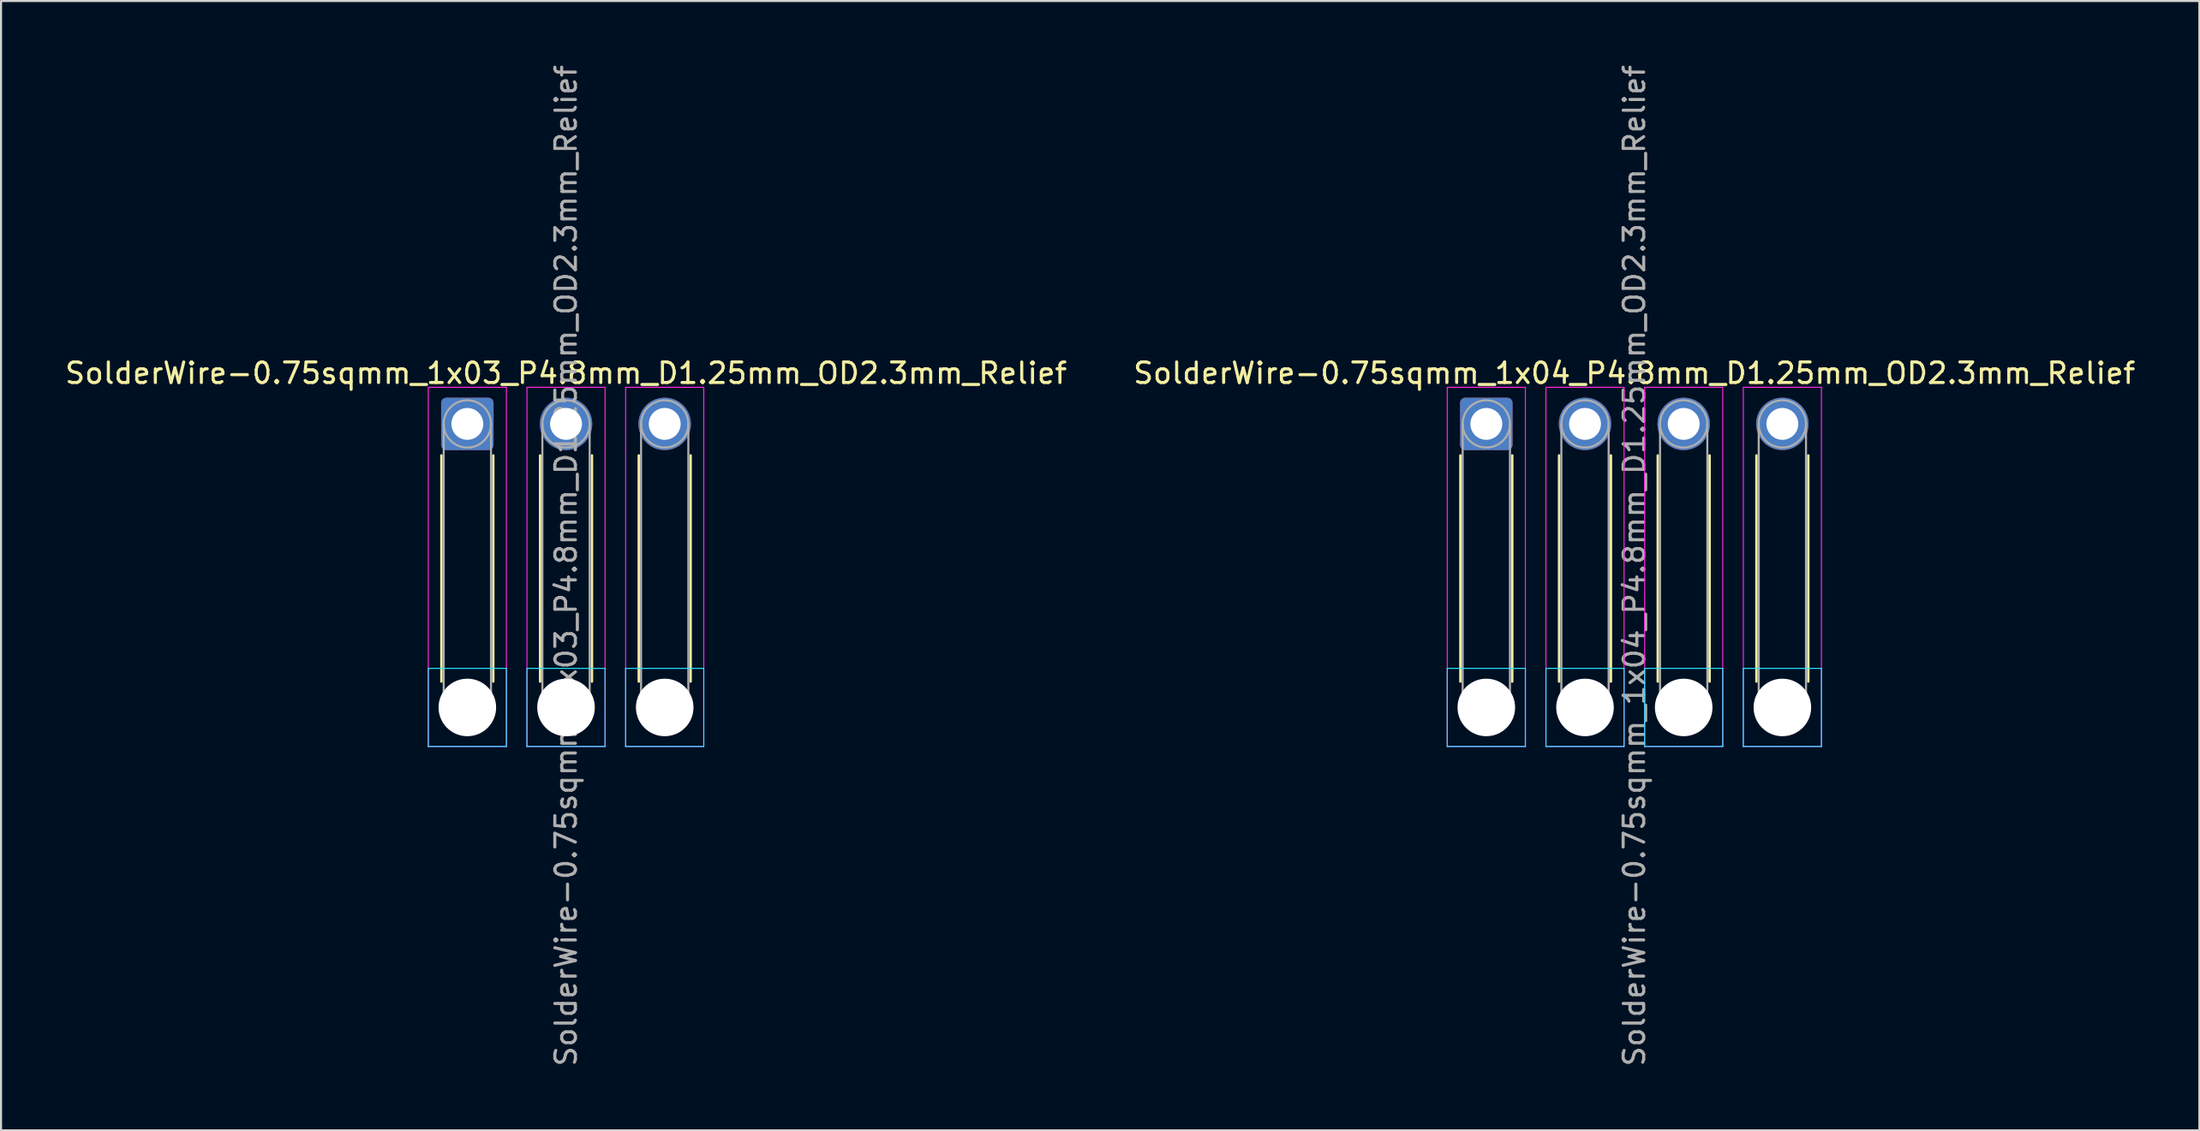
<source format=kicad_pcb>
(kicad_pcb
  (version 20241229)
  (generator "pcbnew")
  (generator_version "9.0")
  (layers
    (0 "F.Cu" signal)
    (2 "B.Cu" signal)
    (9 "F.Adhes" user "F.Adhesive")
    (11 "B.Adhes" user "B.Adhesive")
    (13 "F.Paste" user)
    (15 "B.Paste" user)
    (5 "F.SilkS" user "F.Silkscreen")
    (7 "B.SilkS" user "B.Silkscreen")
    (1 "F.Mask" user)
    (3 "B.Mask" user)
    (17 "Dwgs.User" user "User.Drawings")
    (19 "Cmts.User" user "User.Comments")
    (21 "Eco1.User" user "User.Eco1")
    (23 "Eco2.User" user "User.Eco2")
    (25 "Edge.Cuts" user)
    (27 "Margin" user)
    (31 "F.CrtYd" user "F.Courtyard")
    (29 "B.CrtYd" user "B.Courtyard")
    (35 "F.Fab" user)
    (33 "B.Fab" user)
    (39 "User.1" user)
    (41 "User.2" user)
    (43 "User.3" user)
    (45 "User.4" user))
  (footprint "SolderWire-0.75sqmm_1x03_P4.8mm_D1.25mm_OD2.3mm_Relief"
    (layer "F.Cu")
    (at 19.682 17.582)
    (property "Reference" "SolderWire-0.75sqmm_1x03_P4.8mm_D1.25mm_OD2.3mm_Relief" (at 4.8 -2.47 0) (layer "F.SilkS") (effects (font (size 1 1) (thickness 0.15))))
    (attr exclude_from_pos_files exclude_from_bom)
    (fp_line (start -1.26 1.535) (end -1.26 12.54) (stroke (width 0.12) (type solid)) (layer "F.SilkS"))
    (fp_line (start 1.26 1.535) (end 1.26 12.54) (stroke (width 0.12) (type solid)) (layer "F.SilkS"))
    (fp_line (start 3.54 1.535) (end 3.54 12.54) (stroke (width 0.12) (type solid)) (layer "F.SilkS"))
    (fp_line (start 6.06 1.535) (end 6.06 12.54) (stroke (width 0.12) (type solid)) (layer "F.SilkS"))
    (fp_line (start 8.34 1.535) (end 8.34 12.54) (stroke (width 0.12) (type solid)) (layer "F.SilkS"))
    (fp_line (start 10.86 1.535) (end 10.86 12.54) (stroke (width 0.12) (type solid)) (layer "F.SilkS"))
    (fp_line (start -1.9 11.9) (end -1.9 15.7) (stroke (width 0.05) (type solid)) (layer "B.CrtYd"))
    (fp_line (start -1.9 15.7) (end 1.9 15.7) (stroke (width 0.05) (type solid)) (layer "B.CrtYd"))
    (fp_line (start 1.9 11.9) (end -1.9 11.9) (stroke (width 0.05) (type solid)) (layer "B.CrtYd"))
    (fp_line (start 1.9 15.7) (end 1.9 11.9) (stroke (width 0.05) (type solid)) (layer "B.CrtYd"))
    (fp_line (start 2.9 11.9) (end 2.9 15.7) (stroke (width 0.05) (type solid)) (layer "B.CrtYd"))
    (fp_line (start 2.9 15.7) (end 6.7 15.7) (stroke (width 0.05) (type solid)) (layer "B.CrtYd"))
    (fp_line (start 6.7 11.9) (end 2.9 11.9) (stroke (width 0.05) (type solid)) (layer "B.CrtYd"))
    (fp_line (start 6.7 15.7) (end 6.7 11.9) (stroke (width 0.05) (type solid)) (layer "B.CrtYd"))
    (fp_line (start 7.7 11.9) (end 7.7 15.7) (stroke (width 0.05) (type solid)) (layer "B.CrtYd"))
    (fp_line (start 7.7 15.7) (end 11.5 15.7) (stroke (width 0.05) (type solid)) (layer "B.CrtYd"))
    (fp_line (start 11.5 11.9) (end 7.7 11.9) (stroke (width 0.05) (type solid)) (layer "B.CrtYd"))
    (fp_line (start 11.5 15.7) (end 11.5 11.9) (stroke (width 0.05) (type solid)) (layer "B.CrtYd"))
    (fp_line (start -1.9 -1.78) (end -1.9 15.7) (stroke (width 0.05) (type solid)) (layer "F.CrtYd"))
    (fp_line (start -1.9 15.7) (end 1.9 15.7) (stroke (width 0.05) (type solid)) (layer "F.CrtYd"))
    (fp_line (start 1.9 -1.78) (end -1.9 -1.78) (stroke (width 0.05) (type solid)) (layer "F.CrtYd"))
    (fp_line (start 1.9 15.7) (end 1.9 -1.78) (stroke (width 0.05) (type solid)) (layer "F.CrtYd"))
    (fp_line (start 2.9 -1.78) (end 2.9 15.7) (stroke (width 0.05) (type solid)) (layer "F.CrtYd"))
    (fp_line (start 2.9 15.7) (end 6.7 15.7) (stroke (width 0.05) (type solid)) (layer "F.CrtYd"))
    (fp_line (start 6.7 -1.78) (end 2.9 -1.78) (stroke (width 0.05) (type solid)) (layer "F.CrtYd"))
    (fp_line (start 6.7 15.7) (end 6.7 -1.78) (stroke (width 0.05) (type solid)) (layer "F.CrtYd"))
    (fp_line (start 7.7 -1.78) (end 7.7 15.7) (stroke (width 0.05) (type solid)) (layer "F.CrtYd"))
    (fp_line (start 7.7 15.7) (end 11.5 15.7) (stroke (width 0.05) (type solid)) (layer "F.CrtYd"))
    (fp_line (start 11.5 -1.78) (end 7.7 -1.78) (stroke (width 0.05) (type solid)) (layer "F.CrtYd"))
    (fp_line (start 11.5 15.7) (end 11.5 -1.78) (stroke (width 0.05) (type solid)) (layer "F.CrtYd"))
    (fp_line (start -1.15 0) (end -1.15 13.8) (stroke (width 0.1) (type solid)) (layer "F.Fab"))
    (fp_line (start 1.15 0) (end 1.15 13.8) (stroke (width 0.1) (type solid)) (layer "F.Fab"))
    (fp_line (start 3.65 0) (end 3.65 13.8) (stroke (width 0.1) (type solid)) (layer "F.Fab"))
    (fp_line (start 5.95 0) (end 5.95 13.8) (stroke (width 0.1) (type solid)) (layer "F.Fab"))
    (fp_line (start 8.45 0) (end 8.45 13.8) (stroke (width 0.1) (type solid)) (layer "F.Fab"))
    (fp_line (start 10.75 0) (end 10.75 13.8) (stroke (width 0.1) (type solid)) (layer "F.Fab"))
    (fp_circle (center 0 0) (end 1.15 0) (stroke (width 0.1) (type solid)) (fill no) (layer "F.Fab"))
    (fp_circle (center 0 13.8) (end 1.15 13.8) (stroke (width 0.1) (type solid)) (fill no) (layer "F.Fab"))
    (fp_circle (center 4.8 0) (end 5.95 0) (stroke (width 0.1) (type solid)) (fill no) (layer "F.Fab"))
    (fp_circle (center 4.8 13.8) (end 5.95 13.8) (stroke (width 0.1) (type solid)) (fill no) (layer "F.Fab"))
    (fp_circle (center 9.6 0) (end 10.75 0) (stroke (width 0.1) (type solid)) (fill no) (layer "F.Fab"))
    (fp_circle (center 9.6 13.8) (end 10.75 13.8) (stroke (width 0.1) (type solid)) (fill no) (layer "F.Fab"))
    (fp_text user "${REFERENCE}" (at 4.8 6.9 90) (layer "F.Fab") (effects (font (size 1 1) (thickness 0.15))))
    (pad "" np_thru_hole circle (at 0 13.8) (size 2.8 2.8) (drill 2.8) (layers "*.Cu" "*.Mask"))
    (pad "" np_thru_hole circle (at 4.8 13.8) (size 2.8 2.8) (drill 2.8) (layers "*.Cu" "*.Mask"))
    (pad "" np_thru_hole circle (at 9.6 13.8) (size 2.8 2.8) (drill 2.8) (layers "*.Cu" "*.Mask"))
    (pad "1" thru_hole roundrect (at 0 0) (size 2.55 2.55) (drill 1.55) (layers "*.Cu" "*.Mask") (roundrect_rratio 0.098))
    (pad "2" thru_hole circle (at 4.8 0) (size 2.55 2.55) (drill 1.55) (layers "*.Cu" "*.Mask"))
    (pad "3" thru_hole circle (at 9.6 0) (size 2.55 2.55) (drill 1.55) (layers "*.Cu" "*.Mask")))
  (footprint "SolderWire-0.75sqmm_1x04_P4.8mm_D1.25mm_OD2.3mm_Relief"
    (layer "F.Cu")
    (at 69.246 17.582)
    (property "Reference" "SolderWire-0.75sqmm_1x04_P4.8mm_D1.25mm_OD2.3mm_Relief" (at 7.2 -2.47 0) (layer "F.SilkS") (effects (font (size 1 1) (thickness 0.15))))
    (attr exclude_from_pos_files exclude_from_bom)
    (fp_line (start -1.26 1.535) (end -1.26 12.54) (stroke (width 0.12) (type solid)) (layer "F.SilkS"))
    (fp_line (start 1.26 1.535) (end 1.26 12.54) (stroke (width 0.12) (type solid)) (layer "F.SilkS"))
    (fp_line (start 3.54 1.535) (end 3.54 12.54) (stroke (width 0.12) (type solid)) (layer "F.SilkS"))
    (fp_line (start 6.06 1.535) (end 6.06 12.54) (stroke (width 0.12) (type solid)) (layer "F.SilkS"))
    (fp_line (start 8.34 1.535) (end 8.34 12.54) (stroke (width 0.12) (type solid)) (layer "F.SilkS"))
    (fp_line (start 10.86 1.535) (end 10.86 12.54) (stroke (width 0.12) (type solid)) (layer "F.SilkS"))
    (fp_line (start 13.14 1.535) (end 13.14 12.54) (stroke (width 0.12) (type solid)) (layer "F.SilkS"))
    (fp_line (start 15.66 1.535) (end 15.66 12.54) (stroke (width 0.12) (type solid)) (layer "F.SilkS"))
    (fp_line (start -1.9 11.9) (end -1.9 15.7) (stroke (width 0.05) (type solid)) (layer "B.CrtYd"))
    (fp_line (start -1.9 15.7) (end 1.9 15.7) (stroke (width 0.05) (type solid)) (layer "B.CrtYd"))
    (fp_line (start 1.9 11.9) (end -1.9 11.9) (stroke (width 0.05) (type solid)) (layer "B.CrtYd"))
    (fp_line (start 1.9 15.7) (end 1.9 11.9) (stroke (width 0.05) (type solid)) (layer "B.CrtYd"))
    (fp_line (start 2.9 11.9) (end 2.9 15.7) (stroke (width 0.05) (type solid)) (layer "B.CrtYd"))
    (fp_line (start 2.9 15.7) (end 6.7 15.7) (stroke (width 0.05) (type solid)) (layer "B.CrtYd"))
    (fp_line (start 6.7 11.9) (end 2.9 11.9) (stroke (width 0.05) (type solid)) (layer "B.CrtYd"))
    (fp_line (start 6.7 15.7) (end 6.7 11.9) (stroke (width 0.05) (type solid)) (layer "B.CrtYd"))
    (fp_line (start 7.7 11.9) (end 7.7 15.7) (stroke (width 0.05) (type solid)) (layer "B.CrtYd"))
    (fp_line (start 7.7 15.7) (end 11.5 15.7) (stroke (width 0.05) (type solid)) (layer "B.CrtYd"))
    (fp_line (start 11.5 11.9) (end 7.7 11.9) (stroke (width 0.05) (type solid)) (layer "B.CrtYd"))
    (fp_line (start 11.5 15.7) (end 11.5 11.9) (stroke (width 0.05) (type solid)) (layer "B.CrtYd"))
    (fp_line (start 12.5 11.9) (end 12.5 15.7) (stroke (width 0.05) (type solid)) (layer "B.CrtYd"))
    (fp_line (start 12.5 15.7) (end 16.3 15.7) (stroke (width 0.05) (type solid)) (layer "B.CrtYd"))
    (fp_line (start 16.3 11.9) (end 12.5 11.9) (stroke (width 0.05) (type solid)) (layer "B.CrtYd"))
    (fp_line (start 16.3 15.7) (end 16.3 11.9) (stroke (width 0.05) (type solid)) (layer "B.CrtYd"))
    (fp_line (start -1.9 -1.78) (end -1.9 15.7) (stroke (width 0.05) (type solid)) (layer "F.CrtYd"))
    (fp_line (start -1.9 15.7) (end 1.9 15.7) (stroke (width 0.05) (type solid)) (layer "F.CrtYd"))
    (fp_line (start 1.9 -1.78) (end -1.9 -1.78) (stroke (width 0.05) (type solid)) (layer "F.CrtYd"))
    (fp_line (start 1.9 15.7) (end 1.9 -1.78) (stroke (width 0.05) (type solid)) (layer "F.CrtYd"))
    (fp_line (start 2.9 -1.78) (end 2.9 15.7) (stroke (width 0.05) (type solid)) (layer "F.CrtYd"))
    (fp_line (start 2.9 15.7) (end 6.7 15.7) (stroke (width 0.05) (type solid)) (layer "F.CrtYd"))
    (fp_line (start 6.7 -1.78) (end 2.9 -1.78) (stroke (width 0.05) (type solid)) (layer "F.CrtYd"))
    (fp_line (start 6.7 15.7) (end 6.7 -1.78) (stroke (width 0.05) (type solid)) (layer "F.CrtYd"))
    (fp_line (start 7.7 -1.78) (end 7.7 15.7) (stroke (width 0.05) (type solid)) (layer "F.CrtYd"))
    (fp_line (start 7.7 15.7) (end 11.5 15.7) (stroke (width 0.05) (type solid)) (layer "F.CrtYd"))
    (fp_line (start 11.5 -1.78) (end 7.7 -1.78) (stroke (width 0.05) (type solid)) (layer "F.CrtYd"))
    (fp_line (start 11.5 15.7) (end 11.5 -1.78) (stroke (width 0.05) (type solid)) (layer "F.CrtYd"))
    (fp_line (start 12.5 -1.78) (end 12.5 15.7) (stroke (width 0.05) (type solid)) (layer "F.CrtYd"))
    (fp_line (start 12.5 15.7) (end 16.3 15.7) (stroke (width 0.05) (type solid)) (layer "F.CrtYd"))
    (fp_line (start 16.3 -1.78) (end 12.5 -1.78) (stroke (width 0.05) (type solid)) (layer "F.CrtYd"))
    (fp_line (start 16.3 15.7) (end 16.3 -1.78) (stroke (width 0.05) (type solid)) (layer "F.CrtYd"))
    (fp_line (start -1.15 0) (end -1.15 13.8) (stroke (width 0.1) (type solid)) (layer "F.Fab"))
    (fp_line (start 1.15 0) (end 1.15 13.8) (stroke (width 0.1) (type solid)) (layer "F.Fab"))
    (fp_line (start 3.65 0) (end 3.65 13.8) (stroke (width 0.1) (type solid)) (layer "F.Fab"))
    (fp_line (start 5.95 0) (end 5.95 13.8) (stroke (width 0.1) (type solid)) (layer "F.Fab"))
    (fp_line (start 8.45 0) (end 8.45 13.8) (stroke (width 0.1) (type solid)) (layer "F.Fab"))
    (fp_line (start 10.75 0) (end 10.75 13.8) (stroke (width 0.1) (type solid)) (layer "F.Fab"))
    (fp_line (start 13.25 0) (end 13.25 13.8) (stroke (width 0.1) (type solid)) (layer "F.Fab"))
    (fp_line (start 15.55 0) (end 15.55 13.8) (stroke (width 0.1) (type solid)) (layer "F.Fab"))
    (fp_circle (center 0 0) (end 1.15 0) (stroke (width 0.1) (type solid)) (fill no) (layer "F.Fab"))
    (fp_circle (center 0 13.8) (end 1.15 13.8) (stroke (width 0.1) (type solid)) (fill no) (layer "F.Fab"))
    (fp_circle (center 4.8 0) (end 5.95 0) (stroke (width 0.1) (type solid)) (fill no) (layer "F.Fab"))
    (fp_circle (center 4.8 13.8) (end 5.95 13.8) (stroke (width 0.1) (type solid)) (fill no) (layer "F.Fab"))
    (fp_circle (center 9.6 0) (end 10.75 0) (stroke (width 0.1) (type solid)) (fill no) (layer "F.Fab"))
    (fp_circle (center 9.6 13.8) (end 10.75 13.8) (stroke (width 0.1) (type solid)) (fill no) (layer "F.Fab"))
    (fp_circle (center 14.4 0) (end 15.55 0) (stroke (width 0.1) (type solid)) (fill no) (layer "F.Fab"))
    (fp_circle (center 14.4 13.8) (end 15.55 13.8) (stroke (width 0.1) (type solid)) (fill no) (layer "F.Fab"))
    (fp_text user "${REFERENCE}" (at 7.2 6.9 90) (layer "F.Fab") (effects (font (size 1 1) (thickness 0.15))))
    (pad "" np_thru_hole circle (at 0 13.8) (size 2.8 2.8) (drill 2.8) (layers "*.Cu" "*.Mask"))
    (pad "" np_thru_hole circle (at 4.8 13.8) (size 2.8 2.8) (drill 2.8) (layers "*.Cu" "*.Mask"))
    (pad "" np_thru_hole circle (at 9.6 13.8) (size 2.8 2.8) (drill 2.8) (layers "*.Cu" "*.Mask"))
    (pad "" np_thru_hole circle (at 14.4 13.8) (size 2.8 2.8) (drill 2.8) (layers "*.Cu" "*.Mask"))
    (pad "1" thru_hole roundrect (at 0 0) (size 2.55 2.55) (drill 1.55) (layers "*.Cu" "*.Mask") (roundrect_rratio 0.098))
    (pad "2" thru_hole circle (at 4.8 0) (size 2.55 2.55) (drill 1.55) (layers "*.Cu" "*.Mask"))
    (pad "3" thru_hole circle (at 9.6 0) (size 2.55 2.55) (drill 1.55) (layers "*.Cu" "*.Mask"))
    (pad "4" thru_hole circle (at 14.4 0) (size 2.55 2.55) (drill 1.55) (layers "*.Cu" "*.Mask")))
  (gr_rect
    (start -3 -3)
    (end 103.929 51.964)
    (stroke (width 0.1) (type default))
    (fill no)
    (layer "Edge.Cuts")))
</source>
